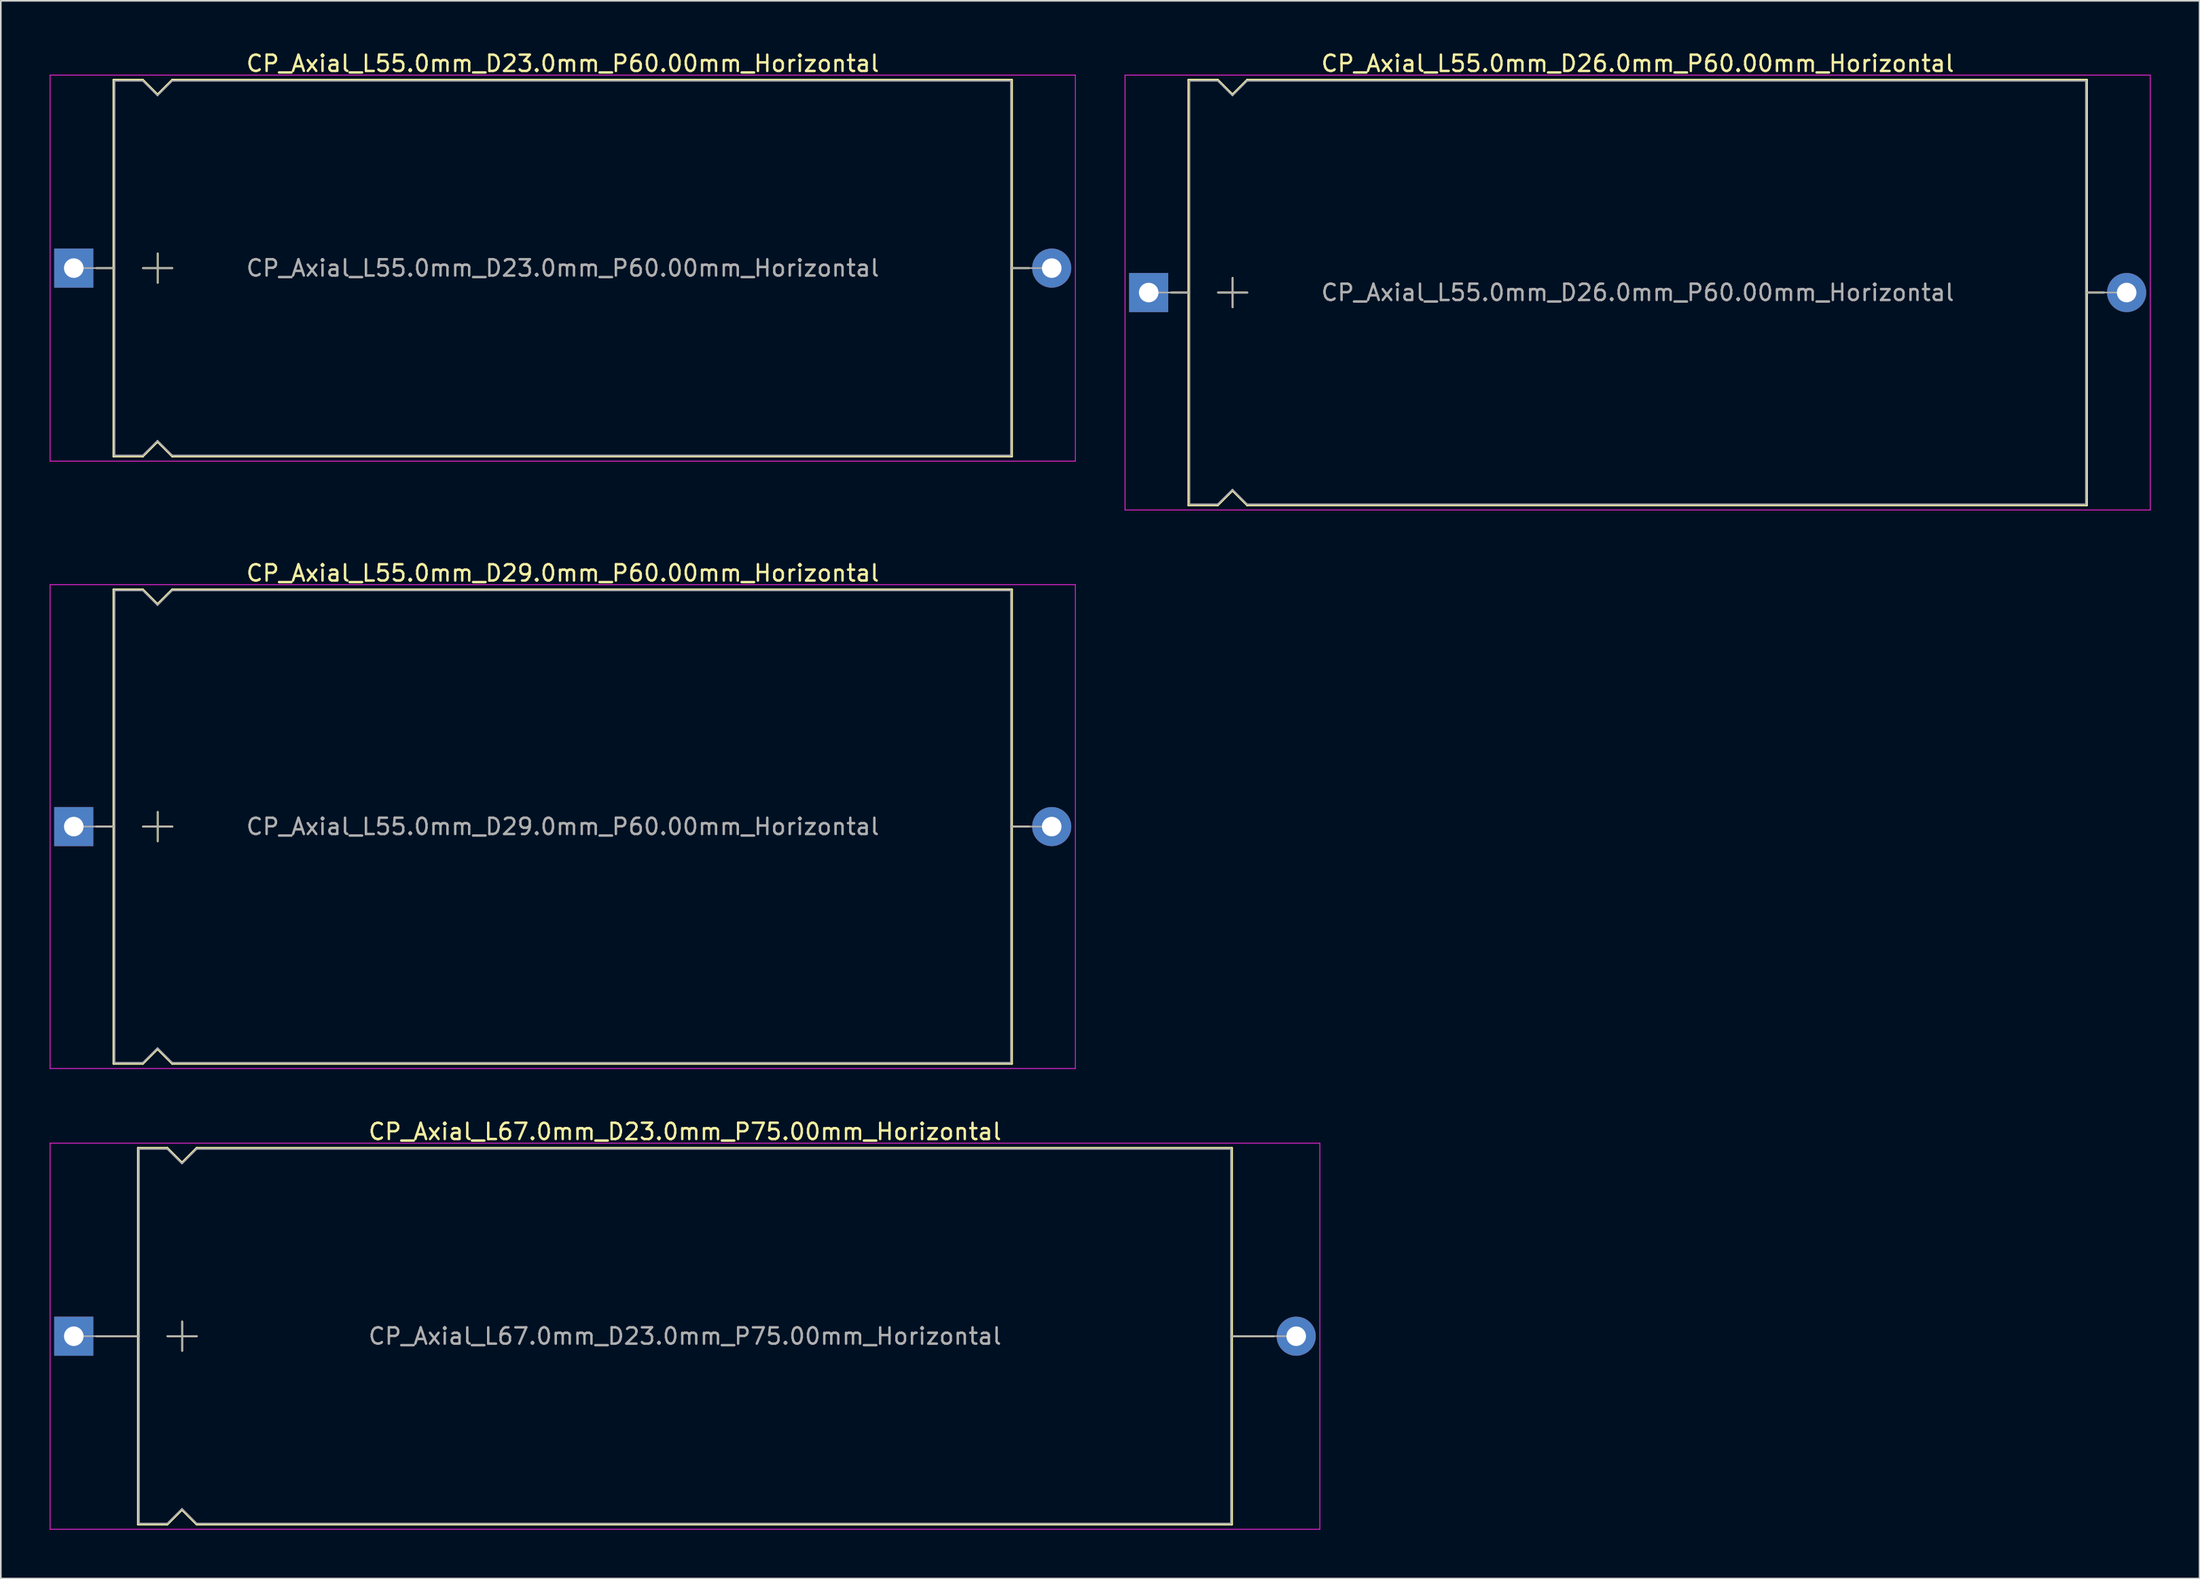
<source format=kicad_pcb>
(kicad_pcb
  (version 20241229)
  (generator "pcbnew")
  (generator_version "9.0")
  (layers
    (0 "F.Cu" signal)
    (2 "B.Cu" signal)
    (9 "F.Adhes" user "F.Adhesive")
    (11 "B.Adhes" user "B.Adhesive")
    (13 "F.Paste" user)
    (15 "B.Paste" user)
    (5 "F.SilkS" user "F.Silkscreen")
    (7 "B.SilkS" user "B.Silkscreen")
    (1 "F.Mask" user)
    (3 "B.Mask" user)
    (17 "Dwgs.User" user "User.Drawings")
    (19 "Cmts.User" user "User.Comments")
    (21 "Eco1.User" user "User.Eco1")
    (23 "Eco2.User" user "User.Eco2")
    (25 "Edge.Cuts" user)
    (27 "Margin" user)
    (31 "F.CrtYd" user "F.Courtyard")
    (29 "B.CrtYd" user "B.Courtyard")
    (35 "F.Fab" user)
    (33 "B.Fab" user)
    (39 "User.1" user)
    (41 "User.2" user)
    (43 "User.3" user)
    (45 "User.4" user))
  (footprint "CP_Axial_L55.0mm_D26.0mm_P60.00mm_Horizontal"
    (layer "F.Cu")
    (at 67.425 14.908)
    (property "Reference" "CP_Axial_L55.0mm_D26.0mm_P60.00mm_Horizontal" (at 30 -14.06 0) (layer "F.SilkS") (effects (font (size 1 1) (thickness 0.15))))
    (attr through_hole)
    (fp_line (start 1.38 0) (end 2.44 0) (stroke (width 0.12) (type solid)) (layer "F.SilkS"))
    (fp_line (start 2.44 -13.06) (end 2.44 13.06) (stroke (width 0.12) (type solid)) (layer "F.SilkS"))
    (fp_line (start 2.44 -13.06) (end 4.24 -13.06) (stroke (width 0.12) (type solid)) (layer "F.SilkS"))
    (fp_line (start 2.44 13.06) (end 4.24 13.06) (stroke (width 0.12) (type solid)) (layer "F.SilkS"))
    (fp_line (start 4.24 -13.06) (end 5.14 -12.16) (stroke (width 0.12) (type solid)) (layer "F.SilkS"))
    (fp_line (start 4.24 13.06) (end 5.14 12.16) (stroke (width 0.12) (type solid)) (layer "F.SilkS"))
    (fp_line (start 4.25 0) (end 6.05 0) (stroke (width 0.12) (type solid)) (layer "F.SilkS"))
    (fp_line (start 5.14 -12.16) (end 6.04 -13.06) (stroke (width 0.12) (type solid)) (layer "F.SilkS"))
    (fp_line (start 5.14 12.16) (end 6.04 13.06) (stroke (width 0.12) (type solid)) (layer "F.SilkS"))
    (fp_line (start 5.15 -0.9) (end 5.15 0.9) (stroke (width 0.12) (type solid)) (layer "F.SilkS"))
    (fp_line (start 6.04 -13.06) (end 57.56 -13.06) (stroke (width 0.12) (type solid)) (layer "F.SilkS"))
    (fp_line (start 6.04 13.06) (end 57.56 13.06) (stroke (width 0.12) (type solid)) (layer "F.SilkS"))
    (fp_line (start 57.56 -13.06) (end 57.56 13.06) (stroke (width 0.12) (type solid)) (layer "F.SilkS"))
    (fp_line (start 58.62 0) (end 57.56 0) (stroke (width 0.12) (type solid)) (layer "F.SilkS"))
    (fp_line (start -1.45 -13.35) (end -1.45 13.35) (stroke (width 0.05) (type solid)) (layer "F.CrtYd"))
    (fp_line (start -1.45 13.35) (end 61.45 13.35) (stroke (width 0.05) (type solid)) (layer "F.CrtYd"))
    (fp_line (start 61.45 -13.35) (end -1.45 -13.35) (stroke (width 0.05) (type solid)) (layer "F.CrtYd"))
    (fp_line (start 61.45 13.35) (end 61.45 -13.35) (stroke (width 0.05) (type solid)) (layer "F.CrtYd"))
    (fp_line (start 0 0) (end 2.5 0) (stroke (width 0.1) (type solid)) (layer "F.Fab"))
    (fp_line (start 2.5 -13) (end 2.5 13) (stroke (width 0.1) (type solid)) (layer "F.Fab"))
    (fp_line (start 2.5 -13) (end 4.24 -13) (stroke (width 0.1) (type solid)) (layer "F.Fab"))
    (fp_line (start 2.5 13) (end 4.24 13) (stroke (width 0.1) (type solid)) (layer "F.Fab"))
    (fp_line (start 4.24 -13) (end 5.14 -12.1) (stroke (width 0.1) (type solid)) (layer "F.Fab"))
    (fp_line (start 4.24 13) (end 5.14 12.1) (stroke (width 0.1) (type solid)) (layer "F.Fab"))
    (fp_line (start 4.25 0) (end 6.05 0) (stroke (width 0.1) (type solid)) (layer "F.Fab"))
    (fp_line (start 5.14 -12.1) (end 6.04 -13) (stroke (width 0.1) (type solid)) (layer "F.Fab"))
    (fp_line (start 5.14 12.1) (end 6.04 13) (stroke (width 0.1) (type solid)) (layer "F.Fab"))
    (fp_line (start 5.15 -0.9) (end 5.15 0.9) (stroke (width 0.1) (type solid)) (layer "F.Fab"))
    (fp_line (start 6.04 -13) (end 57.5 -13) (stroke (width 0.1) (type solid)) (layer "F.Fab"))
    (fp_line (start 6.04 13) (end 57.5 13) (stroke (width 0.1) (type solid)) (layer "F.Fab"))
    (fp_line (start 57.5 -13) (end 57.5 13) (stroke (width 0.1) (type solid)) (layer "F.Fab"))
    (fp_line (start 60 0) (end 57.5 0) (stroke (width 0.1) (type solid)) (layer "F.Fab"))
    (fp_text user "${REFERENCE}" (at 30 0 0) (layer "F.Fab") (effects (font (size 1 1) (thickness 0.15))))
    (pad "1" thru_hole rect (at 0 0) (size 2.4 2.4) (drill 1.2) (layers "*.Cu" "*.Mask"))
    (pad "2" thru_hole oval (at 60 0) (size 2.4 2.4) (drill 1.2) (layers "*.Cu" "*.Mask")))
  (footprint "CP_Axial_L55.0mm_D23.0mm_P60.00mm_Horizontal"
    (layer "F.Cu")
    (at 1.475 13.408)
    (property "Reference" "CP_Axial_L55.0mm_D23.0mm_P60.00mm_Horizontal" (at 30 -12.56 0) (layer "F.SilkS") (effects (font (size 1 1) (thickness 0.15))))
    (attr through_hole)
    (fp_line (start 1.38 0) (end 2.44 0) (stroke (width 0.12) (type solid)) (layer "F.SilkS"))
    (fp_line (start 2.44 -11.56) (end 2.44 11.56) (stroke (width 0.12) (type solid)) (layer "F.SilkS"))
    (fp_line (start 2.44 -11.56) (end 4.24 -11.56) (stroke (width 0.12) (type solid)) (layer "F.SilkS"))
    (fp_line (start 2.44 11.56) (end 4.24 11.56) (stroke (width 0.12) (type solid)) (layer "F.SilkS"))
    (fp_line (start 4.24 -11.56) (end 5.14 -10.66) (stroke (width 0.12) (type solid)) (layer "F.SilkS"))
    (fp_line (start 4.24 11.56) (end 5.14 10.66) (stroke (width 0.12) (type solid)) (layer "F.SilkS"))
    (fp_line (start 4.25 0) (end 6.05 0) (stroke (width 0.12) (type solid)) (layer "F.SilkS"))
    (fp_line (start 5.14 -10.66) (end 6.04 -11.56) (stroke (width 0.12) (type solid)) (layer "F.SilkS"))
    (fp_line (start 5.14 10.66) (end 6.04 11.56) (stroke (width 0.12) (type solid)) (layer "F.SilkS"))
    (fp_line (start 5.15 -0.9) (end 5.15 0.9) (stroke (width 0.12) (type solid)) (layer "F.SilkS"))
    (fp_line (start 6.04 -11.56) (end 57.56 -11.56) (stroke (width 0.12) (type solid)) (layer "F.SilkS"))
    (fp_line (start 6.04 11.56) (end 57.56 11.56) (stroke (width 0.12) (type solid)) (layer "F.SilkS"))
    (fp_line (start 57.56 -11.56) (end 57.56 11.56) (stroke (width 0.12) (type solid)) (layer "F.SilkS"))
    (fp_line (start 58.62 0) (end 57.56 0) (stroke (width 0.12) (type solid)) (layer "F.SilkS"))
    (fp_line (start -1.45 -11.85) (end -1.45 11.85) (stroke (width 0.05) (type solid)) (layer "F.CrtYd"))
    (fp_line (start -1.45 11.85) (end 61.45 11.85) (stroke (width 0.05) (type solid)) (layer "F.CrtYd"))
    (fp_line (start 61.45 -11.85) (end -1.45 -11.85) (stroke (width 0.05) (type solid)) (layer "F.CrtYd"))
    (fp_line (start 61.45 11.85) (end 61.45 -11.85) (stroke (width 0.05) (type solid)) (layer "F.CrtYd"))
    (fp_line (start 0 0) (end 2.5 0) (stroke (width 0.1) (type solid)) (layer "F.Fab"))
    (fp_line (start 2.5 -11.5) (end 2.5 11.5) (stroke (width 0.1) (type solid)) (layer "F.Fab"))
    (fp_line (start 2.5 -11.5) (end 4.24 -11.5) (stroke (width 0.1) (type solid)) (layer "F.Fab"))
    (fp_line (start 2.5 11.5) (end 4.24 11.5) (stroke (width 0.1) (type solid)) (layer "F.Fab"))
    (fp_line (start 4.24 -11.5) (end 5.14 -10.6) (stroke (width 0.1) (type solid)) (layer "F.Fab"))
    (fp_line (start 4.24 11.5) (end 5.14 10.6) (stroke (width 0.1) (type solid)) (layer "F.Fab"))
    (fp_line (start 4.25 0) (end 6.05 0) (stroke (width 0.1) (type solid)) (layer "F.Fab"))
    (fp_line (start 5.14 -10.6) (end 6.04 -11.5) (stroke (width 0.1) (type solid)) (layer "F.Fab"))
    (fp_line (start 5.14 10.6) (end 6.04 11.5) (stroke (width 0.1) (type solid)) (layer "F.Fab"))
    (fp_line (start 5.15 -0.9) (end 5.15 0.9) (stroke (width 0.1) (type solid)) (layer "F.Fab"))
    (fp_line (start 6.04 -11.5) (end 57.5 -11.5) (stroke (width 0.1) (type solid)) (layer "F.Fab"))
    (fp_line (start 6.04 11.5) (end 57.5 11.5) (stroke (width 0.1) (type solid)) (layer "F.Fab"))
    (fp_line (start 57.5 -11.5) (end 57.5 11.5) (stroke (width 0.1) (type solid)) (layer "F.Fab"))
    (fp_line (start 60 0) (end 57.5 0) (stroke (width 0.1) (type solid)) (layer "F.Fab"))
    (fp_text user "${REFERENCE}" (at 30 0 0) (layer "F.Fab") (effects (font (size 1 1) (thickness 0.15))))
    (pad "1" thru_hole rect (at 0 0) (size 2.4 2.4) (drill 1.2) (layers "*.Cu" "*.Mask"))
    (pad "2" thru_hole oval (at 60 0) (size 2.4 2.4) (drill 1.2) (layers "*.Cu" "*.Mask")))
  (footprint "CP_Axial_L55.0mm_D29.0mm_P60.00mm_Horizontal"
    (layer "F.Cu")
    (at 1.475 47.691)
    (property "Reference" "CP_Axial_L55.0mm_D29.0mm_P60.00mm_Horizontal" (at 30 -15.56 0) (layer "F.SilkS") (effects (font (size 1 1) (thickness 0.15))))
    (attr through_hole)
    (fp_line (start 1.38 0) (end 2.44 0) (stroke (width 0.12) (type solid)) (layer "F.SilkS"))
    (fp_line (start 2.44 -14.56) (end 2.44 14.56) (stroke (width 0.12) (type solid)) (layer "F.SilkS"))
    (fp_line (start 2.44 -14.56) (end 4.24 -14.56) (stroke (width 0.12) (type solid)) (layer "F.SilkS"))
    (fp_line (start 2.44 14.56) (end 4.24 14.56) (stroke (width 0.12) (type solid)) (layer "F.SilkS"))
    (fp_line (start 4.24 -14.56) (end 5.14 -13.66) (stroke (width 0.12) (type solid)) (layer "F.SilkS"))
    (fp_line (start 4.24 14.56) (end 5.14 13.66) (stroke (width 0.12) (type solid)) (layer "F.SilkS"))
    (fp_line (start 4.25 0) (end 6.05 0) (stroke (width 0.12) (type solid)) (layer "F.SilkS"))
    (fp_line (start 5.14 -13.66) (end 6.04 -14.56) (stroke (width 0.12) (type solid)) (layer "F.SilkS"))
    (fp_line (start 5.14 13.66) (end 6.04 14.56) (stroke (width 0.12) (type solid)) (layer "F.SilkS"))
    (fp_line (start 5.15 -0.9) (end 5.15 0.9) (stroke (width 0.12) (type solid)) (layer "F.SilkS"))
    (fp_line (start 6.04 -14.56) (end 57.56 -14.56) (stroke (width 0.12) (type solid)) (layer "F.SilkS"))
    (fp_line (start 6.04 14.56) (end 57.56 14.56) (stroke (width 0.12) (type solid)) (layer "F.SilkS"))
    (fp_line (start 57.56 -14.56) (end 57.56 14.56) (stroke (width 0.12) (type solid)) (layer "F.SilkS"))
    (fp_line (start 58.62 0) (end 57.56 0) (stroke (width 0.12) (type solid)) (layer "F.SilkS"))
    (fp_line (start -1.45 -14.85) (end -1.45 14.85) (stroke (width 0.05) (type solid)) (layer "F.CrtYd"))
    (fp_line (start -1.45 14.85) (end 61.45 14.85) (stroke (width 0.05) (type solid)) (layer "F.CrtYd"))
    (fp_line (start 61.45 -14.85) (end -1.45 -14.85) (stroke (width 0.05) (type solid)) (layer "F.CrtYd"))
    (fp_line (start 61.45 14.85) (end 61.45 -14.85) (stroke (width 0.05) (type solid)) (layer "F.CrtYd"))
    (fp_line (start 0 0) (end 2.5 0) (stroke (width 0.1) (type solid)) (layer "F.Fab"))
    (fp_line (start 2.5 -14.5) (end 2.5 14.5) (stroke (width 0.1) (type solid)) (layer "F.Fab"))
    (fp_line (start 2.5 -14.5) (end 4.24 -14.5) (stroke (width 0.1) (type solid)) (layer "F.Fab"))
    (fp_line (start 2.5 14.5) (end 4.24 14.5) (stroke (width 0.1) (type solid)) (layer "F.Fab"))
    (fp_line (start 4.24 -14.5) (end 5.14 -13.6) (stroke (width 0.1) (type solid)) (layer "F.Fab"))
    (fp_line (start 4.24 14.5) (end 5.14 13.6) (stroke (width 0.1) (type solid)) (layer "F.Fab"))
    (fp_line (start 4.25 0) (end 6.05 0) (stroke (width 0.1) (type solid)) (layer "F.Fab"))
    (fp_line (start 5.14 -13.6) (end 6.04 -14.5) (stroke (width 0.1) (type solid)) (layer "F.Fab"))
    (fp_line (start 5.14 13.6) (end 6.04 14.5) (stroke (width 0.1) (type solid)) (layer "F.Fab"))
    (fp_line (start 5.15 -0.9) (end 5.15 0.9) (stroke (width 0.1) (type solid)) (layer "F.Fab"))
    (fp_line (start 6.04 -14.5) (end 57.5 -14.5) (stroke (width 0.1) (type solid)) (layer "F.Fab"))
    (fp_line (start 6.04 14.5) (end 57.5 14.5) (stroke (width 0.1) (type solid)) (layer "F.Fab"))
    (fp_line (start 57.5 -14.5) (end 57.5 14.5) (stroke (width 0.1) (type solid)) (layer "F.Fab"))
    (fp_line (start 60 0) (end 57.5 0) (stroke (width 0.1) (type solid)) (layer "F.Fab"))
    (fp_text user "${REFERENCE}" (at 30 0 0) (layer "F.Fab") (effects (font (size 1 1) (thickness 0.15))))
    (pad "1" thru_hole rect (at 0 0) (size 2.4 2.4) (drill 1.2) (layers "*.Cu" "*.Mask"))
    (pad "2" thru_hole oval (at 60 0) (size 2.4 2.4) (drill 1.2) (layers "*.Cu" "*.Mask")))
  (footprint "CP_Axial_L67.0mm_D23.0mm_P75.00mm_Horizontal"
    (layer "F.Cu")
    (at 1.475 78.975)
    (property "Reference" "CP_Axial_L67.0mm_D23.0mm_P75.00mm_Horizontal" (at 37.5 -12.56 0) (layer "F.SilkS") (effects (font (size 1 1) (thickness 0.15))))
    (attr through_hole)
    (fp_line (start 1.38 0) (end 3.94 0) (stroke (width 0.12) (type solid)) (layer "F.SilkS"))
    (fp_line (start 3.94 -11.56) (end 3.94 11.56) (stroke (width 0.12) (type solid)) (layer "F.SilkS"))
    (fp_line (start 3.94 -11.56) (end 5.74 -11.56) (stroke (width 0.12) (type solid)) (layer "F.SilkS"))
    (fp_line (start 3.94 11.56) (end 5.74 11.56) (stroke (width 0.12) (type solid)) (layer "F.SilkS"))
    (fp_line (start 5.74 -11.56) (end 6.64 -10.66) (stroke (width 0.12) (type solid)) (layer "F.SilkS"))
    (fp_line (start 5.74 11.56) (end 6.64 10.66) (stroke (width 0.12) (type solid)) (layer "F.SilkS"))
    (fp_line (start 5.75 0) (end 7.55 0) (stroke (width 0.12) (type solid)) (layer "F.SilkS"))
    (fp_line (start 6.64 -10.66) (end 7.54 -11.56) (stroke (width 0.12) (type solid)) (layer "F.SilkS"))
    (fp_line (start 6.64 10.66) (end 7.54 11.56) (stroke (width 0.12) (type solid)) (layer "F.SilkS"))
    (fp_line (start 6.65 -0.9) (end 6.65 0.9) (stroke (width 0.12) (type solid)) (layer "F.SilkS"))
    (fp_line (start 7.54 -11.56) (end 71.06 -11.56) (stroke (width 0.12) (type solid)) (layer "F.SilkS"))
    (fp_line (start 7.54 11.56) (end 71.06 11.56) (stroke (width 0.12) (type solid)) (layer "F.SilkS"))
    (fp_line (start 71.06 -11.56) (end 71.06 11.56) (stroke (width 0.12) (type solid)) (layer "F.SilkS"))
    (fp_line (start 73.62 0) (end 71.06 0) (stroke (width 0.12) (type solid)) (layer "F.SilkS"))
    (fp_line (start -1.45 -11.85) (end -1.45 11.85) (stroke (width 0.05) (type solid)) (layer "F.CrtYd"))
    (fp_line (start -1.45 11.85) (end 76.45 11.85) (stroke (width 0.05) (type solid)) (layer "F.CrtYd"))
    (fp_line (start 76.45 -11.85) (end -1.45 -11.85) (stroke (width 0.05) (type solid)) (layer "F.CrtYd"))
    (fp_line (start 76.45 11.85) (end 76.45 -11.85) (stroke (width 0.05) (type solid)) (layer "F.CrtYd"))
    (fp_line (start 0 0) (end 4 0) (stroke (width 0.1) (type solid)) (layer "F.Fab"))
    (fp_line (start 4 -11.5) (end 4 11.5) (stroke (width 0.1) (type solid)) (layer "F.Fab"))
    (fp_line (start 4 -11.5) (end 5.74 -11.5) (stroke (width 0.1) (type solid)) (layer "F.Fab"))
    (fp_line (start 4 11.5) (end 5.74 11.5) (stroke (width 0.1) (type solid)) (layer "F.Fab"))
    (fp_line (start 5.74 -11.5) (end 6.64 -10.6) (stroke (width 0.1) (type solid)) (layer "F.Fab"))
    (fp_line (start 5.74 11.5) (end 6.64 10.6) (stroke (width 0.1) (type solid)) (layer "F.Fab"))
    (fp_line (start 5.75 0) (end 7.55 0) (stroke (width 0.1) (type solid)) (layer "F.Fab"))
    (fp_line (start 6.64 -10.6) (end 7.54 -11.5) (stroke (width 0.1) (type solid)) (layer "F.Fab"))
    (fp_line (start 6.64 10.6) (end 7.54 11.5) (stroke (width 0.1) (type solid)) (layer "F.Fab"))
    (fp_line (start 6.65 -0.9) (end 6.65 0.9) (stroke (width 0.1) (type solid)) (layer "F.Fab"))
    (fp_line (start 7.54 -11.5) (end 71 -11.5) (stroke (width 0.1) (type solid)) (layer "F.Fab"))
    (fp_line (start 7.54 11.5) (end 71 11.5) (stroke (width 0.1) (type solid)) (layer "F.Fab"))
    (fp_line (start 71 -11.5) (end 71 11.5) (stroke (width 0.1) (type solid)) (layer "F.Fab"))
    (fp_line (start 75 0) (end 71 0) (stroke (width 0.1) (type solid)) (layer "F.Fab"))
    (fp_text user "${REFERENCE}" (at 37.5 0 0) (layer "F.Fab") (effects (font (size 1 1) (thickness 0.15))))
    (pad "1" thru_hole rect (at 0 0) (size 2.4 2.4) (drill 1.2) (layers "*.Cu" "*.Mask"))
    (pad "2" thru_hole oval (at 75 0) (size 2.4 2.4) (drill 1.2) (layers "*.Cu" "*.Mask")))
  (gr_rect
    (start -3 -3)
    (end 131.9 93.85)
    (stroke (width 0.1) (type default))
    (fill no)
    (layer "Edge.Cuts")))
</source>
